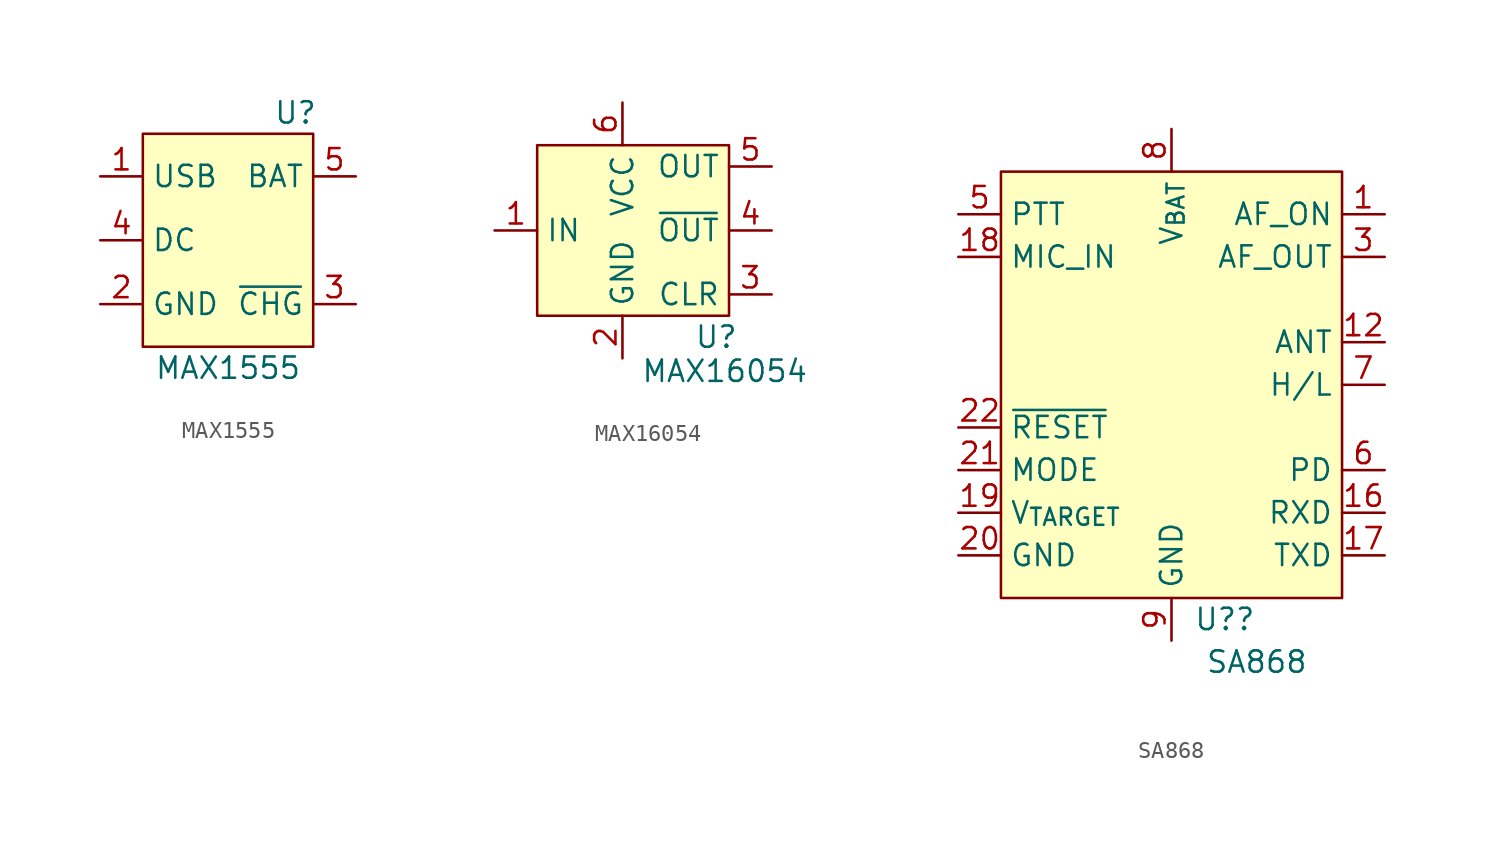
<source format=kicad_sym>
(kicad_symbol_lib
  (version 20231120)
  (generator "kicad_symbol_editor")
  (generator_version "8.0")
  (symbol "MAX1555"
    (property "Reference" "U"
      (at 5.334 0.508 0)
      (effects (font (size 1.27 1.27)) (justify right bottom)))
    (property "Value" "MAX1555"
      (at 0 -13.97 0)
      (effects (font (size 1.27 1.27))))
    (symbol "MAX1555_1_1"
      (rectangle (start -5.08 0) (end 5.08 -12.7) (stroke (width 0) (type default)) (fill (type background)))
      (pin power_in line (at -7.62 -2.54 0) (length 2.54) (name "USB" (effects (font (size 1.27 1.27)))) (number "1" (effects (font (size 1.27 1.27)))))
      (pin power_in line (at -7.62 -10.16 0) (length 2.54) (name "GND" (effects (font (size 1.27 1.27)))) (number "2" (effects (font (size 1.27 1.27)))))
      (pin output line (at 7.62 -10.16 180) (length 2.54) (name "~{CHG}" (effects (font (size 1.27 1.27)))) (number "3" (effects (font (size 1.27 1.27)))))
      (pin power_in line (at -7.62 -6.35 0) (length 2.54) (name "DC" (effects (font (size 1.27 1.27)))) (number "4" (effects (font (size 1.27 1.27)))))
      (pin power_out line (at 7.62 -2.54 180) (length 2.54) (name "BAT" (effects (font (size 1.27 1.27)))) (number "5" (effects (font (size 1.27 1.27)))))))
  (symbol "MAX16054"
    (property "Reference" "U"
      (at 5.588 -6.35 0)
      (effects (font (size 1.27 1.27))))
    (property "Value" "MAX16054"
      (at 6.096 -8.382 0)
      (effects (font (size 1.27 1.27))))
    (symbol "MAX16054_1_1"
      (rectangle (start -5.08 5.08) (end 6.35 -5.08) (stroke (width 0) (type default)) (fill (type background)))
      (pin input line (at -7.62 0 0) (length 2.54) (name "IN" (effects (font (size 1.27 1.27)))) (number "1" (effects (font (size 1.27 1.27)))))
      (pin power_in line (at 0 -7.62 90) (length 2.54) (name "GND" (effects (font (size 1.27 1.27)))) (number "2" (effects (font (size 1.27 1.27)))))
      (pin input line (at 8.89 -3.81 180) (length 2.54) (name "CLR" (effects (font (size 1.27 1.27)))) (number "3" (effects (font (size 1.27 1.27)))))
      (pin output line (at 8.89 0 180) (length 2.54) (name "~{OUT}" (effects (font (size 1.27 1.27)))) (number "4" (effects (font (size 1.27 1.27)))))
      (pin output line (at 8.89 3.81 180) (length 2.54) (name "OUT" (effects (font (size 1.27 1.27)))) (number "5" (effects (font (size 1.27 1.27)))))
      (pin power_in line (at 0 7.62 270) (length 2.54) (name "VCC" (effects (font (size 1.27 1.27)))) (number "6" (effects (font (size 1.27 1.27)))))))
  (symbol "SA868"
    (property "Reference" "U?"
      (at 3.175 -15.24 0)
      (effects (font (size 1.27 1.27))))
    (property "Value" "SA868"
      (at 5.08 -17.78 0)
      (effects (font (size 1.27 1.27))))
    (symbol "SA868_1_1"
      (rectangle (start -10.16 11.43) (end 10.16 -13.97) (stroke (width 0) (type default)) (fill (type background)))
      (pin output line (at 12.7 8.89 180) (length 2.54) (name "AF_ON" (effects (font (size 1.27 1.27)))) (number "1" (effects (font (size 1.27 1.27)))))
      (pin power_in line (at 0 -16.51 90) (length 2.54) hide (name "GND" (effects (font (size 1.27 1.27)))) (number "10" (effects (font (size 1.27 1.27)))))
      (pin bidirectional line (at 12.7 1.27 180) (length 2.54) (name "ANT" (effects (font (size 1.27 1.27)))) (number "12" (effects (font (size 1.27 1.27)))))
      (pin input line (at 12.7 -8.89 180) (length 2.54) (name "RXD" (effects (font (size 1.27 1.27)))) (number "16" (effects (font (size 1.27 1.27)))))
      (pin output line (at 12.7 -11.43 180) (length 2.54) (name "TXD" (effects (font (size 1.27 1.27)))) (number "17" (effects (font (size 1.27 1.27)))))
      (pin input line (at -12.7 6.35 0) (length 2.54) (name "MIC_IN" (effects (font (size 1.27 1.27)))) (number "18" (effects (font (size 1.27 1.27)))))
      (pin power_out line (at -12.7 -8.89 0) (length 2.54) (name "V_{TARGET}" (effects (font (size 1.27 1.27)))) (number "19" (effects (font (size 1.27 1.27)))))
      (pin power_in line (at -12.7 -11.43 0) (length 2.54) (name "GND" (effects (font (size 1.27 1.27)))) (number "20" (effects (font (size 1.27 1.27)))))
      (pin bidirectional line (at -12.7 -6.35 0) (length 2.54) (name "MODE" (effects (font (size 1.27 1.27)))) (number "21" (effects (font (size 1.27 1.27)))))
      (pin input line (at -12.7 -3.81 0) (length 2.54) (name "~{RESET}" (effects (font (size 1.27 1.27)))) (number "22" (effects (font (size 1.27 1.27)))))
      (pin output line (at 12.7 6.35 180) (length 2.54) (name "AF_OUT" (effects (font (size 1.27 1.27)))) (number "3" (effects (font (size 1.27 1.27)))))
      (pin input line (at -12.7 8.89 0) (length 2.54) (name "PTT" (effects (font (size 1.27 1.27)))) (number "5" (effects (font (size 1.27 1.27)))))
      (pin input line (at 12.7 -6.35 180) (length 2.54) (name "PD" (effects (font (size 1.27 1.27)))) (number "6" (effects (font (size 1.27 1.27)))))
      (pin open_collector line (at 12.7 -1.27 180) (length 2.54) (name "H/L" (effects (font (size 1.27 1.27)))) (number "7" (effects (font (size 1.27 1.27)))))
      (pin power_in line (at 0 13.97 270) (length 2.54) (name "V_{BAT}" (effects (font (size 1.27 1.27)))) (number "8" (effects (font (size 1.27 1.27)))))
      (pin power_in line (at 0 -16.51 90) (length 2.54) (name "GND" (effects (font (size 1.27 1.27)))) (number "9" (effects (font (size 1.27 1.27))))))))
</source>
